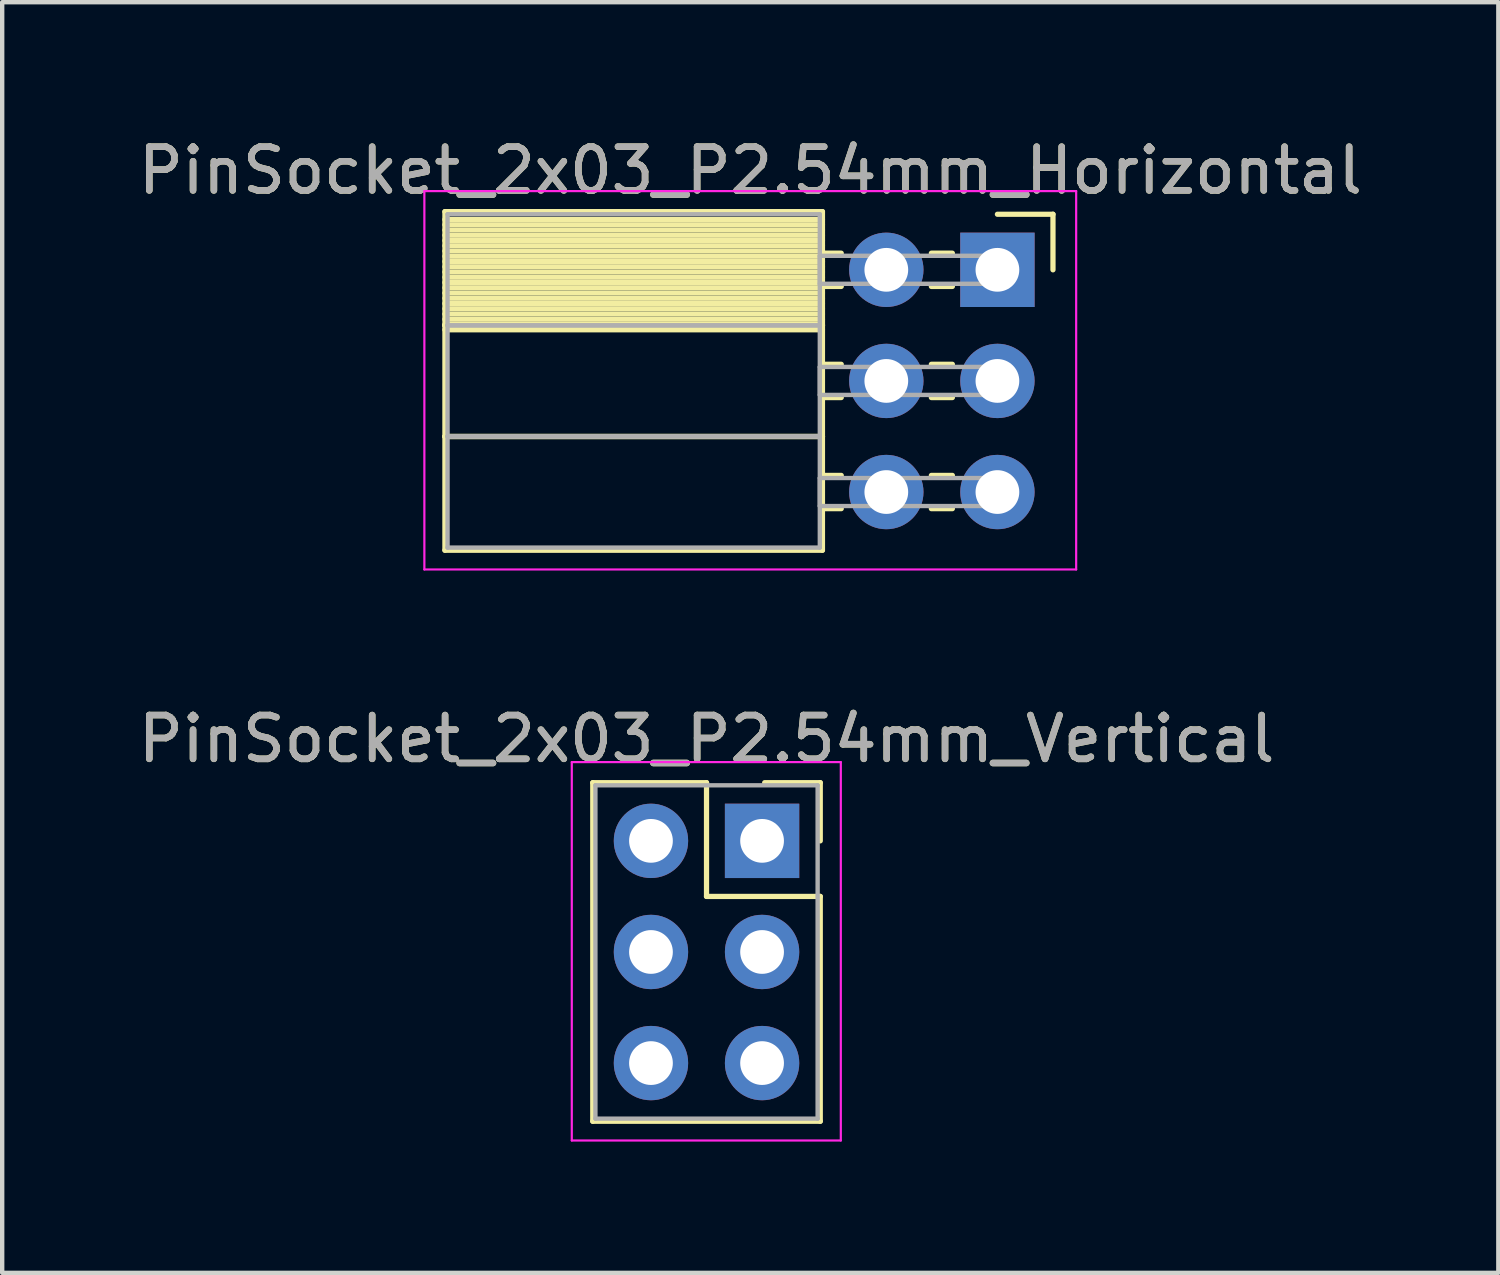
<source format=kicad_pcb>
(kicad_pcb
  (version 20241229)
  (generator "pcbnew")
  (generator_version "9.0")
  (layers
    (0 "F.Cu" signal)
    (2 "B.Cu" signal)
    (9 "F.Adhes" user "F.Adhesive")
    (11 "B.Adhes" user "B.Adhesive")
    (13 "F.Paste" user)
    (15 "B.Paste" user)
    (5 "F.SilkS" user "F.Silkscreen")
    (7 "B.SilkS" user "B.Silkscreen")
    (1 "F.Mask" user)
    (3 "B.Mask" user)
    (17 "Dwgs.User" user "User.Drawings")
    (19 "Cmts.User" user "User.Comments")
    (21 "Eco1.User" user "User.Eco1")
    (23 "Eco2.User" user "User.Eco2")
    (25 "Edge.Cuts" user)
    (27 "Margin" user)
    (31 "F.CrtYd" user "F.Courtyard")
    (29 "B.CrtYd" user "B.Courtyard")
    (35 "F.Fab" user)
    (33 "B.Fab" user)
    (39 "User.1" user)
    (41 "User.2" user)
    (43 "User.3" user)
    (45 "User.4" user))
  (footprint "PinSocket_2x03_P2.54mm_Vertical"
    (layer "F.Cu")
    (at 14.371 16.172)
    (property "Reference" "PinSocket_2x03_P2.54mm_Vertical" (at -1.27 -2.33 0) (layer "F.SilkS") (effects (font (size 1 1) (thickness 0.15))))
    (attr through_hole)
    (fp_line (start -3.87 -1.33) (end -1.27 -1.33) (stroke (width 0.12) (type solid)) (layer "F.SilkS"))
    (fp_line (start -3.87 6.41) (end -3.87 -1.33) (stroke (width 0.12) (type solid)) (layer "F.SilkS"))
    (fp_line (start -1.27 -1.33) (end -1.27 1.27) (stroke (width 0.12) (type solid)) (layer "F.SilkS"))
    (fp_line (start -1.27 1.27) (end 1.33 1.27) (stroke (width 0.12) (type solid)) (layer "F.SilkS"))
    (fp_line (start 1.33 -1.33) (end 0.06 -1.33) (stroke (width 0.12) (type solid)) (layer "F.SilkS"))
    (fp_line (start 1.33 0) (end 1.33 -1.33) (stroke (width 0.12) (type solid)) (layer "F.SilkS"))
    (fp_line (start 1.33 1.27) (end 1.33 6.41) (stroke (width 0.12) (type solid)) (layer "F.SilkS"))
    (fp_line (start 1.33 6.41) (end -3.87 6.41) (stroke (width 0.12) (type solid)) (layer "F.SilkS"))
    (fp_line (start -4.35 -1.8) (end -4.35 6.85) (stroke (width 0.05) (type solid)) (layer "F.CrtYd"))
    (fp_line (start -4.35 6.85) (end 1.8 6.85) (stroke (width 0.05) (type solid)) (layer "F.CrtYd"))
    (fp_line (start 1.8 -1.8) (end -4.35 -1.8) (stroke (width 0.05) (type solid)) (layer "F.CrtYd"))
    (fp_line (start 1.8 6.85) (end 1.8 -1.8) (stroke (width 0.05) (type solid)) (layer "F.CrtYd"))
    (fp_line (start -3.81 -1.27) (end -3.81 6.35) (stroke (width 0.1) (type solid)) (layer "F.Fab"))
    (fp_line (start -3.81 6.35) (end 1.27 6.35) (stroke (width 0.1) (type solid)) (layer "F.Fab"))
    (fp_line (start 1.27 -1.27) (end -3.81 -1.27) (stroke (width 0.1) (type solid)) (layer "F.Fab"))
    (fp_line (start 1.27 6.35) (end 1.27 -1.27) (stroke (width 0.1) (type solid)) (layer "F.Fab"))
    (fp_text user "${REFERENCE}" (at -1.27 -2.33 0) (layer "F.Fab") (effects (font (size 1 1) (thickness 0.15))))
    (pad "1" thru_hole rect (at 0 0) (size 1.7 1.7) (drill 1) (layers "*.Cu" "*.Mask"))
    (pad "2" thru_hole oval (at -2.54 0) (size 1.7 1.7) (drill 1) (layers "*.Cu" "*.Mask"))
    (pad "3" thru_hole oval (at 0 2.54) (size 1.7 1.7) (drill 1) (layers "*.Cu" "*.Mask"))
    (pad "4" thru_hole oval (at -2.54 2.54) (size 1.7 1.7) (drill 1) (layers "*.Cu" "*.Mask"))
    (pad "5" thru_hole oval (at 0 5.08) (size 1.7 1.7) (drill 1) (layers "*.Cu" "*.Mask"))
    (pad "6" thru_hole oval (at -2.54 5.08) (size 1.7 1.7) (drill 1) (layers "*.Cu" "*.Mask")))
  (footprint "PinSocket_2x03_P2.54mm_Horizontal"
    (layer "F.Cu")
    (at 19.751 3.118)
    (property "Reference" "PinSocket_2x03_P2.54mm_Horizontal" (at -5.65 -2.27 0) (layer "F.SilkS") (effects (font (size 1 1) (thickness 0.15))))
    (attr through_hole)
    (fp_line (start -12.63 -1.33) (end -4 -1.33) (stroke (width 0.12) (type solid)) (layer "F.SilkS"))
    (fp_line (start -12.63 1.27) (end -12.63 -1.33) (stroke (width 0.12) (type solid)) (layer "F.SilkS"))
    (fp_line (start -12.63 1.27) (end -4 1.27) (stroke (width 0.12) (type solid)) (layer "F.SilkS"))
    (fp_line (start -12.63 3.81) (end -12.63 1.27) (stroke (width 0.12) (type solid)) (layer "F.SilkS"))
    (fp_line (start -12.63 3.81) (end -4 3.81) (stroke (width 0.12) (type solid)) (layer "F.SilkS"))
    (fp_line (start -12.63 6.41) (end -12.63 3.81) (stroke (width 0.12) (type solid)) (layer "F.SilkS"))
    (fp_line (start -4 -1.33) (end -4 1.27) (stroke (width 0.12) (type solid)) (layer "F.SilkS"))
    (fp_line (start -4 -1.15) (end -12.63 -1.15) (stroke (width 0.12) (type solid)) (layer "F.SilkS"))
    (fp_line (start -4 -1.03) (end -12.63 -1.03) (stroke (width 0.12) (type solid)) (layer "F.SilkS"))
    (fp_line (start -4 -0.91) (end -12.63 -0.91) (stroke (width 0.12) (type solid)) (layer "F.SilkS"))
    (fp_line (start -4 -0.79) (end -12.63 -0.79) (stroke (width 0.12) (type solid)) (layer "F.SilkS"))
    (fp_line (start -4 -0.67) (end -12.63 -0.67) (stroke (width 0.12) (type solid)) (layer "F.SilkS"))
    (fp_line (start -4 -0.55) (end -12.63 -0.55) (stroke (width 0.12) (type solid)) (layer "F.SilkS"))
    (fp_line (start -4 -0.43) (end -12.63 -0.43) (stroke (width 0.12) (type solid)) (layer "F.SilkS"))
    (fp_line (start -4 -0.31) (end -12.63 -0.31) (stroke (width 0.12) (type solid)) (layer "F.SilkS"))
    (fp_line (start -4 -0.19) (end -12.63 -0.19) (stroke (width 0.12) (type solid)) (layer "F.SilkS"))
    (fp_line (start -4 -0.07) (end -12.63 -0.07) (stroke (width 0.12) (type solid)) (layer "F.SilkS"))
    (fp_line (start -4 0.05) (end -12.63 0.05) (stroke (width 0.12) (type solid)) (layer "F.SilkS"))
    (fp_line (start -4 0.17) (end -12.63 0.17) (stroke (width 0.12) (type solid)) (layer "F.SilkS"))
    (fp_line (start -4 0.29) (end -12.63 0.29) (stroke (width 0.12) (type solid)) (layer "F.SilkS"))
    (fp_line (start -4 0.41) (end -12.63 0.41) (stroke (width 0.12) (type solid)) (layer "F.SilkS"))
    (fp_line (start -4 0.53) (end -12.63 0.53) (stroke (width 0.12) (type solid)) (layer "F.SilkS"))
    (fp_line (start -4 0.65) (end -12.63 0.65) (stroke (width 0.12) (type solid)) (layer "F.SilkS"))
    (fp_line (start -4 0.77) (end -12.63 0.77) (stroke (width 0.12) (type solid)) (layer "F.SilkS"))
    (fp_line (start -4 0.89) (end -12.63 0.89) (stroke (width 0.12) (type solid)) (layer "F.SilkS"))
    (fp_line (start -4 1.01) (end -12.63 1.01) (stroke (width 0.12) (type solid)) (layer "F.SilkS"))
    (fp_line (start -4 1.13) (end -12.63 1.13) (stroke (width 0.12) (type solid)) (layer "F.SilkS"))
    (fp_line (start -4 1.25) (end -12.63 1.25) (stroke (width 0.12) (type solid)) (layer "F.SilkS"))
    (fp_line (start -4 1.27) (end -12.63 1.27) (stroke (width 0.12) (type solid)) (layer "F.SilkS"))
    (fp_line (start -4 1.27) (end -4 3.81) (stroke (width 0.12) (type solid)) (layer "F.SilkS"))
    (fp_line (start -4 1.37) (end -12.63 1.37) (stroke (width 0.12) (type solid)) (layer "F.SilkS"))
    (fp_line (start -4 3.81) (end -12.63 3.81) (stroke (width 0.12) (type solid)) (layer "F.SilkS"))
    (fp_line (start -4 3.81) (end -4 6.41) (stroke (width 0.12) (type solid)) (layer "F.SilkS"))
    (fp_line (start -4 6.41) (end -12.63 6.41) (stroke (width 0.12) (type solid)) (layer "F.SilkS"))
    (fp_line (start -3.57 -0.38) (end -4 -0.38) (stroke (width 0.12) (type solid)) (layer "F.SilkS"))
    (fp_line (start -3.57 0.38) (end -4 0.38) (stroke (width 0.12) (type solid)) (layer "F.SilkS"))
    (fp_line (start -3.57 2.16) (end -4 2.16) (stroke (width 0.12) (type solid)) (layer "F.SilkS"))
    (fp_line (start -3.57 2.92) (end -4 2.92) (stroke (width 0.12) (type solid)) (layer "F.SilkS"))
    (fp_line (start -3.57 4.7) (end -4 4.7) (stroke (width 0.12) (type solid)) (layer "F.SilkS"))
    (fp_line (start -3.57 5.46) (end -4 5.46) (stroke (width 0.12) (type solid)) (layer "F.SilkS"))
    (fp_line (start -1.03 -0.38) (end -1.51 -0.38) (stroke (width 0.12) (type solid)) (layer "F.SilkS"))
    (fp_line (start -1.03 0.38) (end -1.51 0.38) (stroke (width 0.12) (type solid)) (layer "F.SilkS"))
    (fp_line (start -1.03 2.16) (end -1.51 2.16) (stroke (width 0.12) (type solid)) (layer "F.SilkS"))
    (fp_line (start -1.03 2.92) (end -1.51 2.92) (stroke (width 0.12) (type solid)) (layer "F.SilkS"))
    (fp_line (start -1.03 4.7) (end -1.51 4.7) (stroke (width 0.12) (type solid)) (layer "F.SilkS"))
    (fp_line (start -1.03 5.46) (end -1.51 5.46) (stroke (width 0.12) (type solid)) (layer "F.SilkS"))
    (fp_line (start 0 -1.27) (end 1.27 -1.27) (stroke (width 0.12) (type solid)) (layer "F.SilkS"))
    (fp_line (start 1.27 -1.27) (end 1.27 0) (stroke (width 0.12) (type solid)) (layer "F.SilkS"))
    (fp_line (start -13.1 -1.8) (end 1.8 -1.8) (stroke (width 0.05) (type solid)) (layer "F.CrtYd"))
    (fp_line (start -13.1 6.85) (end -13.1 -1.8) (stroke (width 0.05) (type solid)) (layer "F.CrtYd"))
    (fp_line (start 1.8 -1.8) (end 1.8 6.85) (stroke (width 0.05) (type solid)) (layer "F.CrtYd"))
    (fp_line (start 1.8 6.85) (end -13.1 6.85) (stroke (width 0.05) (type solid)) (layer "F.CrtYd"))
    (fp_line (start -12.57 -1.27) (end -4.06 -1.27) (stroke (width 0.1) (type solid)) (layer "F.Fab"))
    (fp_line (start -12.57 1.27) (end -12.57 -1.27) (stroke (width 0.1) (type solid)) (layer "F.Fab"))
    (fp_line (start -12.57 1.27) (end -4.06 1.27) (stroke (width 0.1) (type solid)) (layer "F.Fab"))
    (fp_line (start -12.57 3.81) (end -12.57 1.27) (stroke (width 0.1) (type solid)) (layer "F.Fab"))
    (fp_line (start -12.57 3.81) (end -4.06 3.81) (stroke (width 0.1) (type solid)) (layer "F.Fab"))
    (fp_line (start -12.57 6.35) (end -12.57 3.81) (stroke (width 0.1) (type solid)) (layer "F.Fab"))
    (fp_line (start -4.06 -1.27) (end -4.06 1.27) (stroke (width 0.1) (type solid)) (layer "F.Fab"))
    (fp_line (start -4.06 -0.32) (end 0 -0.32) (stroke (width 0.1) (type solid)) (layer "F.Fab"))
    (fp_line (start -4.06 0.32) (end -4.06 -0.32) (stroke (width 0.1) (type solid)) (layer "F.Fab"))
    (fp_line (start -4.06 1.27) (end -12.57 1.27) (stroke (width 0.1) (type solid)) (layer "F.Fab"))
    (fp_line (start -4.06 1.27) (end -4.06 3.81) (stroke (width 0.1) (type solid)) (layer "F.Fab"))
    (fp_line (start -4.06 2.22) (end 0 2.22) (stroke (width 0.1) (type solid)) (layer "F.Fab"))
    (fp_line (start -4.06 2.86) (end -4.06 2.22) (stroke (width 0.1) (type solid)) (layer "F.Fab"))
    (fp_line (start -4.06 3.81) (end -12.57 3.81) (stroke (width 0.1) (type solid)) (layer "F.Fab"))
    (fp_line (start -4.06 3.81) (end -4.06 6.35) (stroke (width 0.1) (type solid)) (layer "F.Fab"))
    (fp_line (start -4.06 4.76) (end 0 4.76) (stroke (width 0.1) (type solid)) (layer "F.Fab"))
    (fp_line (start -4.06 5.4) (end -4.06 4.76) (stroke (width 0.1) (type solid)) (layer "F.Fab"))
    (fp_line (start -4.06 6.35) (end -12.57 6.35) (stroke (width 0.1) (type solid)) (layer "F.Fab"))
    (fp_line (start 0 -0.32) (end 0 0.32) (stroke (width 0.1) (type solid)) (layer "F.Fab"))
    (fp_line (start 0 0.32) (end -4.06 0.32) (stroke (width 0.1) (type solid)) (layer "F.Fab"))
    (fp_line (start 0 2.22) (end 0 2.86) (stroke (width 0.1) (type solid)) (layer "F.Fab"))
    (fp_line (start 0 2.86) (end -4.06 2.86) (stroke (width 0.1) (type solid)) (layer "F.Fab"))
    (fp_line (start 0 4.76) (end 0 5.4) (stroke (width 0.1) (type solid)) (layer "F.Fab"))
    (fp_line (start 0 5.4) (end -4.06 5.4) (stroke (width 0.1) (type solid)) (layer "F.Fab"))
    (fp_text user "${REFERENCE}" (at -5.65 -2.27 0) (layer "F.Fab") (effects (font (size 1 1) (thickness 0.15))))
    (pad "1" thru_hole rect (at 0 0) (size 1.7 1.7) (drill 1) (layers "*.Cu" "*.Mask"))
    (pad "2" thru_hole oval (at -2.54 0) (size 1.7 1.7) (drill 1) (layers "*.Cu" "*.Mask"))
    (pad "3" thru_hole oval (at 0 2.54) (size 1.7 1.7) (drill 1) (layers "*.Cu" "*.Mask"))
    (pad "4" thru_hole oval (at -2.54 2.54) (size 1.7 1.7) (drill 1) (layers "*.Cu" "*.Mask"))
    (pad "5" thru_hole oval (at 0 5.08) (size 1.7 1.7) (drill 1) (layers "*.Cu" "*.Mask"))
    (pad "6" thru_hole oval (at -2.54 5.08) (size 1.7 1.7) (drill 1) (layers "*.Cu" "*.Mask")))
  (gr_rect
    (start -3 -3)
    (end 31.202 26.047)
    (stroke (width 0.1) (type default))
    (fill no)
    (layer "Edge.Cuts")))
</source>
